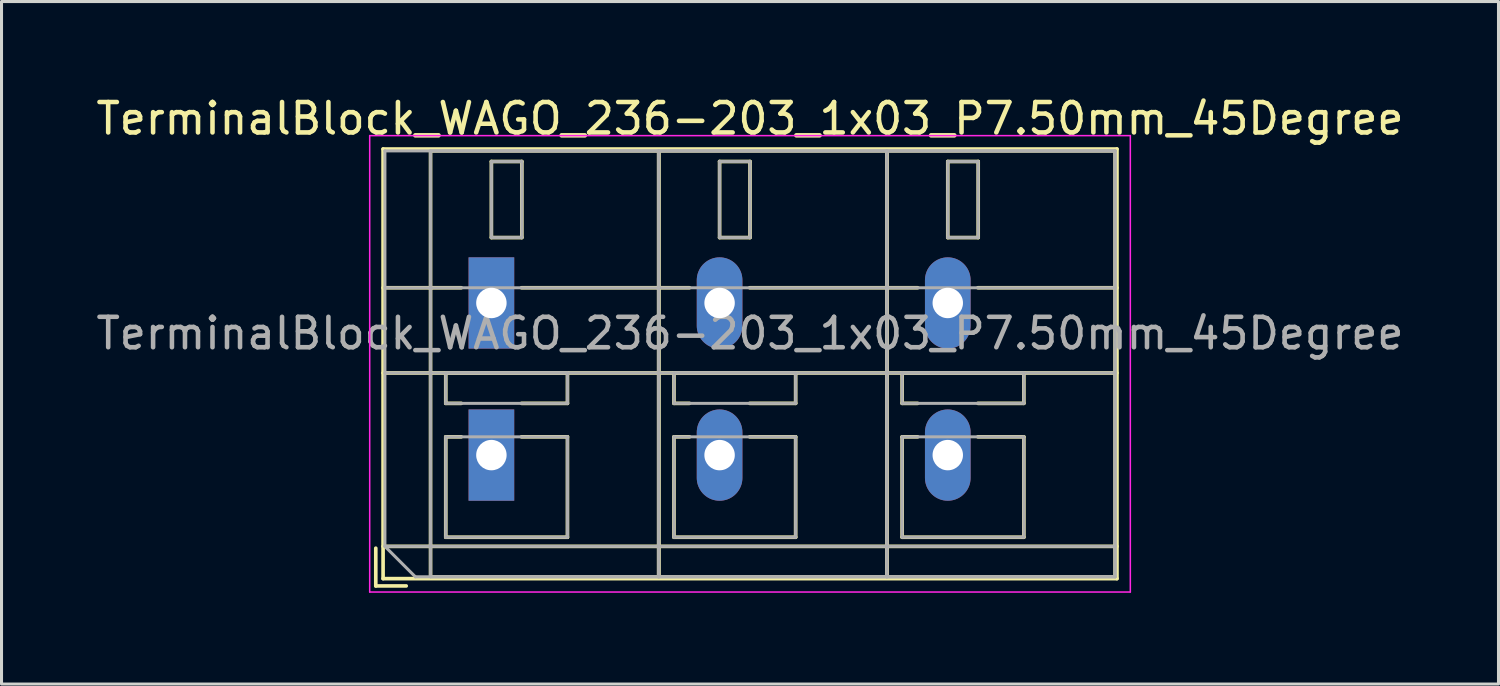
<source format=kicad_pcb>
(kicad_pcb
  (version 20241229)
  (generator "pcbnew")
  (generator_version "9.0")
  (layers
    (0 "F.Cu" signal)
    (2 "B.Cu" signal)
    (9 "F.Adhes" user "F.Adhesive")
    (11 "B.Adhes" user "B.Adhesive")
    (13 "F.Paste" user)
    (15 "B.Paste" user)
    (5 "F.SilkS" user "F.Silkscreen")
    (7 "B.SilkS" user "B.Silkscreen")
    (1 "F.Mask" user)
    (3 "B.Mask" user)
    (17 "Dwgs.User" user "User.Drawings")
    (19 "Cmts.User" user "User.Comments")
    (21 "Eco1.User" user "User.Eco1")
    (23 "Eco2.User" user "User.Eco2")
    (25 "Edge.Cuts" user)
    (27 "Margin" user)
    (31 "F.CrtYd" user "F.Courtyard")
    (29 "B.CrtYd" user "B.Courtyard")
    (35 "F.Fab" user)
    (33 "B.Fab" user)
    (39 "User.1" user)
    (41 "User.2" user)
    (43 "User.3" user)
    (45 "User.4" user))
  (footprint "TerminalBlock_WAGO_236-203_1x03_P7.50mm_45Degree"
    (layer "F.Cu")
    (at 13.101 11.908)
    (property "Reference" "TerminalBlock_WAGO_236-203_1x03_P7.50mm_45Degree" (at 8.5 -11.06 0) (layer "F.SilkS") (effects (font (size 1 1) (thickness 0.15))))
    (attr through_hole)
    (fp_line (start -3.8 3.06) (end -3.8 4.3) (stroke (width 0.12) (type solid)) (layer "F.SilkS"))
    (fp_line (start -3.8 4.3) (end -2.8 4.3) (stroke (width 0.12) (type solid)) (layer "F.SilkS"))
    (fp_line (start -3.56 -10.06) (end -3.56 4.06) (stroke (width 0.12) (type solid)) (layer "F.SilkS"))
    (fp_line (start -3.56 -10.06) (end 20.561 -10.06) (stroke (width 0.12) (type solid)) (layer "F.SilkS"))
    (fp_line (start -3.56 -5.5) (end -0.99 -5.5) (stroke (width 0.12) (type solid)) (layer "F.SilkS"))
    (fp_line (start -3.56 -2.7) (end 20.561 -2.7) (stroke (width 0.12) (type solid)) (layer "F.SilkS"))
    (fp_line (start -3.56 3) (end 20.561 3) (stroke (width 0.12) (type solid)) (layer "F.SilkS"))
    (fp_line (start -3.56 4.06) (end 20.561 4.06) (stroke (width 0.12) (type solid)) (layer "F.SilkS"))
    (fp_line (start -2 -10) (end -2 4) (stroke (width 0.12) (type solid)) (layer "F.SilkS"))
    (fp_line (start -2 -10) (end 5.5 -10) (stroke (width 0.12) (type solid)) (layer "F.SilkS"))
    (fp_line (start -2 4) (end 5.5 4) (stroke (width 0.12) (type solid)) (layer "F.SilkS"))
    (fp_line (start -1.5 -2.7) (end -1.5 -1.701) (stroke (width 0.12) (type solid)) (layer "F.SilkS"))
    (fp_line (start -1.5 -2.7) (end 2.5 -2.7) (stroke (width 0.12) (type solid)) (layer "F.SilkS"))
    (fp_line (start -1.5 -1.701) (end -0.99 -1.701) (stroke (width 0.12) (type solid)) (layer "F.SilkS"))
    (fp_line (start -1.5 -0.6) (end -1.5 2.7) (stroke (width 0.12) (type solid)) (layer "F.SilkS"))
    (fp_line (start -1.5 -0.6) (end -0.99 -0.6) (stroke (width 0.12) (type solid)) (layer "F.SilkS"))
    (fp_line (start -1.5 2.7) (end 2.5 2.7) (stroke (width 0.12) (type solid)) (layer "F.SilkS"))
    (fp_line (start 0 -9.65) (end 0 -7.15) (stroke (width 0.12) (type solid)) (layer "F.SilkS"))
    (fp_line (start 0 -9.65) (end 1 -9.65) (stroke (width 0.12) (type solid)) (layer "F.SilkS"))
    (fp_line (start 0 -7.15) (end 1 -7.15) (stroke (width 0.12) (type solid)) (layer "F.SilkS"))
    (fp_line (start 0.99 -5.5) (end 6.51 -5.5) (stroke (width 0.12) (type solid)) (layer "F.SilkS"))
    (fp_line (start 0.99 -1.701) (end 2.5 -1.701) (stroke (width 0.12) (type solid)) (layer "F.SilkS"))
    (fp_line (start 0.99 -0.6) (end 2.5 -0.6) (stroke (width 0.12) (type solid)) (layer "F.SilkS"))
    (fp_line (start 1 -9.65) (end 1 -7.15) (stroke (width 0.12) (type solid)) (layer "F.SilkS"))
    (fp_line (start 2.5 -2.7) (end 2.5 -1.701) (stroke (width 0.12) (type solid)) (layer "F.SilkS"))
    (fp_line (start 2.5 -0.6) (end 2.5 2.7) (stroke (width 0.12) (type solid)) (layer "F.SilkS"))
    (fp_line (start 5.5 -10) (end 5.5 4) (stroke (width 0.12) (type solid)) (layer "F.SilkS"))
    (fp_line (start 5.5 -10) (end 5.5 4) (stroke (width 0.12) (type solid)) (layer "F.SilkS"))
    (fp_line (start 5.5 -10) (end 13 -10) (stroke (width 0.12) (type solid)) (layer "F.SilkS"))
    (fp_line (start 5.5 4) (end 13 4) (stroke (width 0.12) (type solid)) (layer "F.SilkS"))
    (fp_line (start 6 -2.7) (end 6 -1.701) (stroke (width 0.12) (type solid)) (layer "F.SilkS"))
    (fp_line (start 6 -2.7) (end 10 -2.7) (stroke (width 0.12) (type solid)) (layer "F.SilkS"))
    (fp_line (start 6 -1.701) (end 6.51 -1.701) (stroke (width 0.12) (type solid)) (layer "F.SilkS"))
    (fp_line (start 6 -0.6) (end 6 2.7) (stroke (width 0.12) (type solid)) (layer "F.SilkS"))
    (fp_line (start 6 -0.6) (end 6.51 -0.6) (stroke (width 0.12) (type solid)) (layer "F.SilkS"))
    (fp_line (start 6 2.7) (end 10 2.7) (stroke (width 0.12) (type solid)) (layer "F.SilkS"))
    (fp_line (start 7.5 -9.65) (end 7.5 -7.15) (stroke (width 0.12) (type solid)) (layer "F.SilkS"))
    (fp_line (start 7.5 -9.65) (end 8.5 -9.65) (stroke (width 0.12) (type solid)) (layer "F.SilkS"))
    (fp_line (start 7.5 -7.15) (end 8.5 -7.15) (stroke (width 0.12) (type solid)) (layer "F.SilkS"))
    (fp_line (start 8.49 -5.5) (end 14.01 -5.5) (stroke (width 0.12) (type solid)) (layer "F.SilkS"))
    (fp_line (start 8.49 -1.701) (end 10 -1.701) (stroke (width 0.12) (type solid)) (layer "F.SilkS"))
    (fp_line (start 8.49 -0.6) (end 10 -0.6) (stroke (width 0.12) (type solid)) (layer "F.SilkS"))
    (fp_line (start 8.5 -9.65) (end 8.5 -7.15) (stroke (width 0.12) (type solid)) (layer "F.SilkS"))
    (fp_line (start 10 -2.7) (end 10 -1.701) (stroke (width 0.12) (type solid)) (layer "F.SilkS"))
    (fp_line (start 10 -0.6) (end 10 2.7) (stroke (width 0.12) (type solid)) (layer "F.SilkS"))
    (fp_line (start 13 -10) (end 13 4) (stroke (width 0.12) (type solid)) (layer "F.SilkS"))
    (fp_line (start 13 -10) (end 13 4) (stroke (width 0.12) (type solid)) (layer "F.SilkS"))
    (fp_line (start 13 -10) (end 20.5 -10) (stroke (width 0.12) (type solid)) (layer "F.SilkS"))
    (fp_line (start 13 4) (end 20.5 4) (stroke (width 0.12) (type solid)) (layer "F.SilkS"))
    (fp_line (start 13.5 -2.7) (end 13.5 -1.701) (stroke (width 0.12) (type solid)) (layer "F.SilkS"))
    (fp_line (start 13.5 -2.7) (end 17.5 -2.7) (stroke (width 0.12) (type solid)) (layer "F.SilkS"))
    (fp_line (start 13.5 -1.701) (end 14.01 -1.701) (stroke (width 0.12) (type solid)) (layer "F.SilkS"))
    (fp_line (start 13.5 -0.6) (end 13.5 2.7) (stroke (width 0.12) (type solid)) (layer "F.SilkS"))
    (fp_line (start 13.5 -0.6) (end 14.01 -0.6) (stroke (width 0.12) (type solid)) (layer "F.SilkS"))
    (fp_line (start 13.5 2.7) (end 17.5 2.7) (stroke (width 0.12) (type solid)) (layer "F.SilkS"))
    (fp_line (start 15 -9.65) (end 15 -7.15) (stroke (width 0.12) (type solid)) (layer "F.SilkS"))
    (fp_line (start 15 -9.65) (end 16 -9.65) (stroke (width 0.12) (type solid)) (layer "F.SilkS"))
    (fp_line (start 15 -7.15) (end 16 -7.15) (stroke (width 0.12) (type solid)) (layer "F.SilkS"))
    (fp_line (start 15.99 -5.5) (end 20.561 -5.5) (stroke (width 0.12) (type solid)) (layer "F.SilkS"))
    (fp_line (start 15.99 -1.701) (end 17.5 -1.701) (stroke (width 0.12) (type solid)) (layer "F.SilkS"))
    (fp_line (start 15.99 -0.6) (end 17.5 -0.6) (stroke (width 0.12) (type solid)) (layer "F.SilkS"))
    (fp_line (start 16 -9.65) (end 16 -7.15) (stroke (width 0.12) (type solid)) (layer "F.SilkS"))
    (fp_line (start 17.5 -2.7) (end 17.5 -1.701) (stroke (width 0.12) (type solid)) (layer "F.SilkS"))
    (fp_line (start 17.5 -0.6) (end 17.5 2.7) (stroke (width 0.12) (type solid)) (layer "F.SilkS"))
    (fp_line (start 20.5 -10) (end 20.5 4) (stroke (width 0.12) (type solid)) (layer "F.SilkS"))
    (fp_line (start 20.561 -10.06) (end 20.561 4.06) (stroke (width 0.12) (type solid)) (layer "F.SilkS"))
    (fp_line (start -4 -10.5) (end -4 4.5) (stroke (width 0.05) (type solid)) (layer "F.CrtYd"))
    (fp_line (start -4 4.5) (end 21 4.5) (stroke (width 0.05) (type solid)) (layer "F.CrtYd"))
    (fp_line (start 21 -10.5) (end -4 -10.5) (stroke (width 0.05) (type solid)) (layer "F.CrtYd"))
    (fp_line (start 21 4.5) (end 21 -10.5) (stroke (width 0.05) (type solid)) (layer "F.CrtYd"))
    (fp_line (start -3.5 -10) (end 20.5 -10) (stroke (width 0.1) (type solid)) (layer "F.Fab"))
    (fp_line (start -3.5 -5.5) (end 20.5 -5.5) (stroke (width 0.1) (type solid)) (layer "F.Fab"))
    (fp_line (start -3.5 -2.7) (end 20.5 -2.7) (stroke (width 0.1) (type solid)) (layer "F.Fab"))
    (fp_line (start -3.5 3) (end -3.5 -10) (stroke (width 0.1) (type solid)) (layer "F.Fab"))
    (fp_line (start -3.5 3) (end 20.5 3) (stroke (width 0.1) (type solid)) (layer "F.Fab"))
    (fp_line (start -2.5 4) (end -3.5 3) (stroke (width 0.1) (type solid)) (layer "F.Fab"))
    (fp_line (start -2 -10) (end -2 4) (stroke (width 0.1) (type solid)) (layer "F.Fab"))
    (fp_line (start -2 4) (end 5.5 4) (stroke (width 0.1) (type solid)) (layer "F.Fab"))
    (fp_line (start -1.5 -2.7) (end -1.5 -1.7) (stroke (width 0.1) (type solid)) (layer "F.Fab"))
    (fp_line (start -1.5 -1.7) (end 2.5 -1.7) (stroke (width 0.1) (type solid)) (layer "F.Fab"))
    (fp_line (start -1.5 -0.6) (end -1.5 2.7) (stroke (width 0.1) (type solid)) (layer "F.Fab"))
    (fp_line (start -1.5 2.7) (end 2.5 2.7) (stroke (width 0.1) (type solid)) (layer "F.Fab"))
    (fp_line (start 0 -9.65) (end 0 -7.15) (stroke (width 0.1) (type solid)) (layer "F.Fab"))
    (fp_line (start 0 -7.15) (end 1 -7.15) (stroke (width 0.1) (type solid)) (layer "F.Fab"))
    (fp_line (start 1 -9.65) (end 0 -9.65) (stroke (width 0.1) (type solid)) (layer "F.Fab"))
    (fp_line (start 1 -7.15) (end 1 -9.65) (stroke (width 0.1) (type solid)) (layer "F.Fab"))
    (fp_line (start 2.5 -2.7) (end -1.5 -2.7) (stroke (width 0.1) (type solid)) (layer "F.Fab"))
    (fp_line (start 2.5 -1.7) (end 2.5 -2.7) (stroke (width 0.1) (type solid)) (layer "F.Fab"))
    (fp_line (start 2.5 -0.6) (end -1.5 -0.6) (stroke (width 0.1) (type solid)) (layer "F.Fab"))
    (fp_line (start 2.5 2.7) (end 2.5 -0.6) (stroke (width 0.1) (type solid)) (layer "F.Fab"))
    (fp_line (start 5.5 -10) (end -2 -10) (stroke (width 0.1) (type solid)) (layer "F.Fab"))
    (fp_line (start 5.5 -10) (end 5.5 4) (stroke (width 0.1) (type solid)) (layer "F.Fab"))
    (fp_line (start 5.5 4) (end 5.5 -10) (stroke (width 0.1) (type solid)) (layer "F.Fab"))
    (fp_line (start 5.5 4) (end 13 4) (stroke (width 0.1) (type solid)) (layer "F.Fab"))
    (fp_line (start 6 -2.7) (end 6 -1.7) (stroke (width 0.1) (type solid)) (layer "F.Fab"))
    (fp_line (start 6 -1.7) (end 10 -1.7) (stroke (width 0.1) (type solid)) (layer "F.Fab"))
    (fp_line (start 6 -0.6) (end 6 2.7) (stroke (width 0.1) (type solid)) (layer "F.Fab"))
    (fp_line (start 6 2.7) (end 10 2.7) (stroke (width 0.1) (type solid)) (layer "F.Fab"))
    (fp_line (start 7.5 -9.65) (end 7.5 -7.15) (stroke (width 0.1) (type solid)) (layer "F.Fab"))
    (fp_line (start 7.5 -7.15) (end 8.5 -7.15) (stroke (width 0.1) (type solid)) (layer "F.Fab"))
    (fp_line (start 8.5 -9.65) (end 7.5 -9.65) (stroke (width 0.1) (type solid)) (layer "F.Fab"))
    (fp_line (start 8.5 -7.15) (end 8.5 -9.65) (stroke (width 0.1) (type solid)) (layer "F.Fab"))
    (fp_line (start 10 -2.7) (end 6 -2.7) (stroke (width 0.1) (type solid)) (layer "F.Fab"))
    (fp_line (start 10 -1.7) (end 10 -2.7) (stroke (width 0.1) (type solid)) (layer "F.Fab"))
    (fp_line (start 10 -0.6) (end 6 -0.6) (stroke (width 0.1) (type solid)) (layer "F.Fab"))
    (fp_line (start 10 2.7) (end 10 -0.6) (stroke (width 0.1) (type solid)) (layer "F.Fab"))
    (fp_line (start 13 -10) (end 5.5 -10) (stroke (width 0.1) (type solid)) (layer "F.Fab"))
    (fp_line (start 13 -10) (end 13 4) (stroke (width 0.1) (type solid)) (layer "F.Fab"))
    (fp_line (start 13 4) (end 13 -10) (stroke (width 0.1) (type solid)) (layer "F.Fab"))
    (fp_line (start 13 4) (end 20.5 4) (stroke (width 0.1) (type solid)) (layer "F.Fab"))
    (fp_line (start 13.5 -2.7) (end 13.5 -1.7) (stroke (width 0.1) (type solid)) (layer "F.Fab"))
    (fp_line (start 13.5 -1.7) (end 17.5 -1.7) (stroke (width 0.1) (type solid)) (layer "F.Fab"))
    (fp_line (start 13.5 -0.6) (end 13.5 2.7) (stroke (width 0.1) (type solid)) (layer "F.Fab"))
    (fp_line (start 13.5 2.7) (end 17.5 2.7) (stroke (width 0.1) (type solid)) (layer "F.Fab"))
    (fp_line (start 15 -9.65) (end 15 -7.15) (stroke (width 0.1) (type solid)) (layer "F.Fab"))
    (fp_line (start 15 -7.15) (end 16 -7.15) (stroke (width 0.1) (type solid)) (layer "F.Fab"))
    (fp_line (start 16 -9.65) (end 15 -9.65) (stroke (width 0.1) (type solid)) (layer "F.Fab"))
    (fp_line (start 16 -7.15) (end 16 -9.65) (stroke (width 0.1) (type solid)) (layer "F.Fab"))
    (fp_line (start 17.5 -2.7) (end 13.5 -2.7) (stroke (width 0.1) (type solid)) (layer "F.Fab"))
    (fp_line (start 17.5 -1.7) (end 17.5 -2.7) (stroke (width 0.1) (type solid)) (layer "F.Fab"))
    (fp_line (start 17.5 -0.6) (end 13.5 -0.6) (stroke (width 0.1) (type solid)) (layer "F.Fab"))
    (fp_line (start 17.5 2.7) (end 17.5 -0.6) (stroke (width 0.1) (type solid)) (layer "F.Fab"))
    (fp_line (start 20.5 -10) (end 13 -10) (stroke (width 0.1) (type solid)) (layer "F.Fab"))
    (fp_line (start 20.5 -10) (end 20.5 4) (stroke (width 0.1) (type solid)) (layer "F.Fab"))
    (fp_line (start 20.5 4) (end -2.5 4) (stroke (width 0.1) (type solid)) (layer "F.Fab"))
    (fp_line (start 20.5 4) (end 20.5 -10) (stroke (width 0.1) (type solid)) (layer "F.Fab"))
    (fp_text user "${REFERENCE}" (at 8.5 -4 0) (layer "F.Fab") (effects (font (size 1 1) (thickness 0.15))))
    (pad "1" thru_hole rect (at 0 -5) (size 1.5 3) (drill 1) (layers "*.Cu" "*.Mask"))
    (pad "1" thru_hole rect (at 0 0) (size 1.5 3) (drill 1) (layers "*.Cu" "*.Mask"))
    (pad "2" thru_hole oval (at 7.5 -5) (size 1.5 3) (drill 1) (layers "*.Cu" "*.Mask"))
    (pad "2" thru_hole oval (at 7.5 0) (size 1.5 3) (drill 1) (layers "*.Cu" "*.Mask"))
    (pad "3" thru_hole oval (at 15 -5) (size 1.5 3) (drill 1) (layers "*.Cu" "*.Mask"))
    (pad "3" thru_hole oval (at 15 0) (size 1.5 3) (drill 1) (layers "*.Cu" "*.Mask")))
  (gr_rect
    (start -3 -3)
    (end 46.202 19.433)
    (stroke (width 0.1) (type default))
    (fill no)
    (layer "Edge.Cuts")))
</source>
